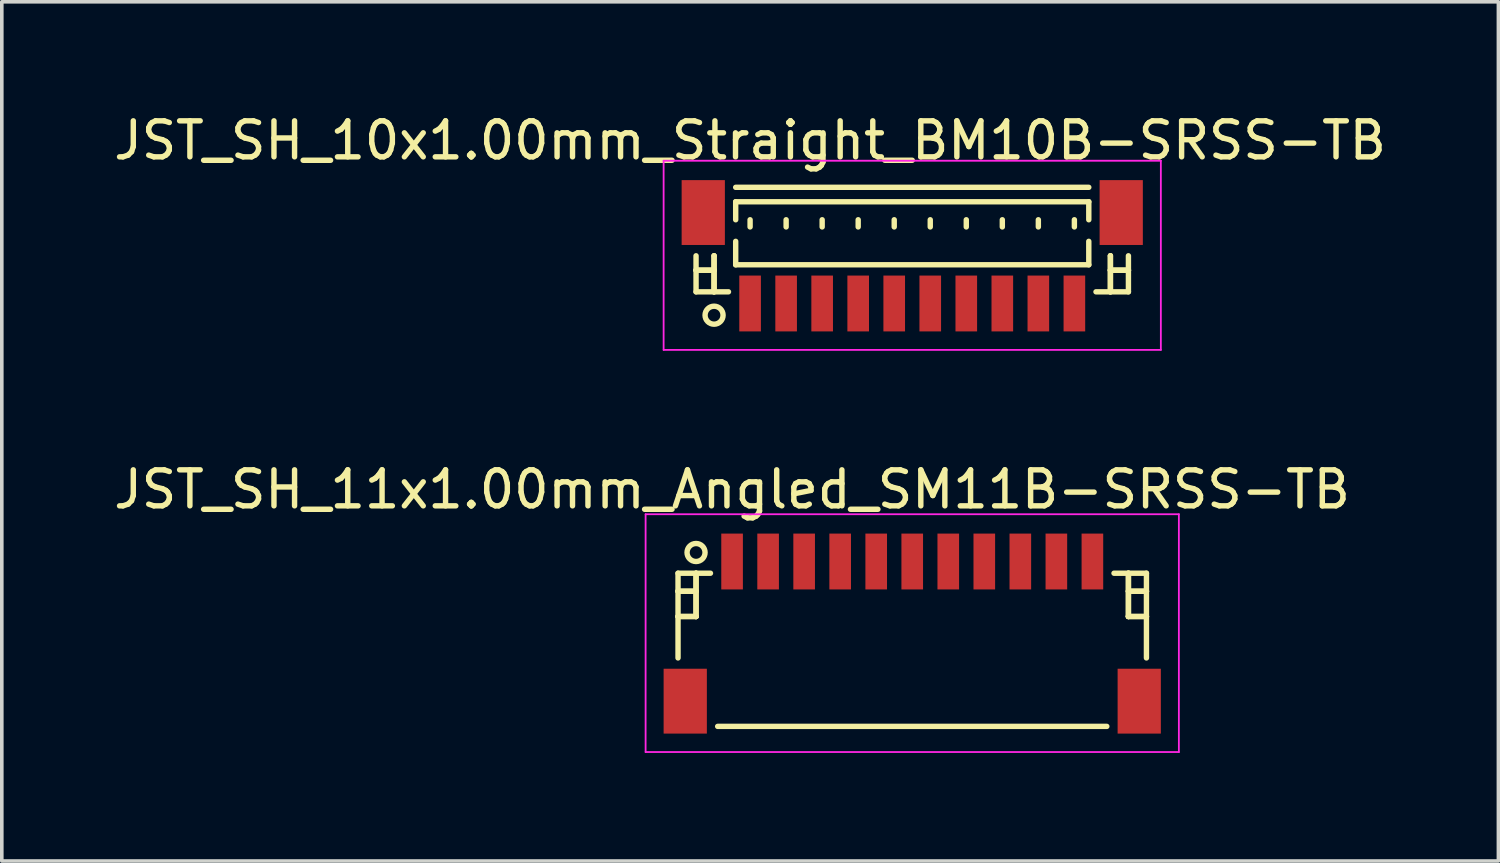
<source format=kicad_pcb>
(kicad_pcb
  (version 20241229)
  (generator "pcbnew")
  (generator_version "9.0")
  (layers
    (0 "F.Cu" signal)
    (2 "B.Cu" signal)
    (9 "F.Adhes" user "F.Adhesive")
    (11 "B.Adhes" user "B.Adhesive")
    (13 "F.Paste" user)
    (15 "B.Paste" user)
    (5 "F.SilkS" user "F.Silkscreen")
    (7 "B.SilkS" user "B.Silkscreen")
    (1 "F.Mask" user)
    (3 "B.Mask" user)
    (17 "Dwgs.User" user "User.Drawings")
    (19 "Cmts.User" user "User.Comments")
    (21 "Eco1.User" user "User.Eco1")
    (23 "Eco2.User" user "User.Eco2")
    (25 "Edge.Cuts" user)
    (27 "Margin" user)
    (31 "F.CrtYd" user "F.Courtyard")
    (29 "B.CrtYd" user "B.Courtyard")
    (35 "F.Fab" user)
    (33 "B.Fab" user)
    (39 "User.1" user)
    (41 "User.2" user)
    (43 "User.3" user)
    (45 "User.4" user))
  (footprint "JST_SH_11x1.00mm_Angled_SM11B-SRSS-TB"
    (layer "F.Cu")
    (at 22.268 14.472)
    (property "Reference" "JST_SH_11x1.00mm_Angled_SM11B-SRSS-TB" (at -5 -3.938 0) (layer "F.SilkS") (effects (font (size 1 1) (thickness 0.15))))
    (attr smd)
    (fp_line (start -6.5 -1.613) (end -5.6 -1.613) (stroke (width 0.15) (type solid)) (layer "F.SilkS"))
    (fp_line (start -6.5 -1.113) (end -6.5 -1.113) (stroke (width 0.15) (type solid)) (layer "F.SilkS"))
    (fp_line (start -6.5 -1.113) (end -6 -1.113) (stroke (width 0.15) (type solid)) (layer "F.SilkS"))
    (fp_line (start -6.5 -0.412) (end -6.5 -0.412) (stroke (width 0.15) (type solid)) (layer "F.SilkS"))
    (fp_line (start -6.5 -0.412) (end -6 -0.412) (stroke (width 0.15) (type solid)) (layer "F.SilkS"))
    (fp_line (start -6.5 0.738) (end -6.5 -1.613) (stroke (width 0.15) (type solid)) (layer "F.SilkS"))
    (fp_line (start -6 -1.613) (end -6 -1.613) (stroke (width 0.15) (type solid)) (layer "F.SilkS"))
    (fp_line (start -6 -1.613) (end -6 -0.412) (stroke (width 0.15) (type solid)) (layer "F.SilkS"))
    (fp_line (start -6 -1.113) (end -6.5 -1.113) (stroke (width 0.15) (type solid)) (layer "F.SilkS"))
    (fp_line (start -6 -1.113) (end -6 -1.113) (stroke (width 0.15) (type solid)) (layer "F.SilkS"))
    (fp_line (start -6 -0.412) (end -6.5 -0.412) (stroke (width 0.15) (type solid)) (layer "F.SilkS"))
    (fp_line (start -6 -0.412) (end -6 -1.613) (stroke (width 0.15) (type solid)) (layer "F.SilkS"))
    (fp_line (start -6 -0.412) (end -6 -0.412) (stroke (width 0.15) (type solid)) (layer "F.SilkS"))
    (fp_line (start -6 -0.412) (end -6 -0.412) (stroke (width 0.15) (type solid)) (layer "F.SilkS"))
    (fp_line (start -5.4 2.638) (end 5.4 2.638) (stroke (width 0.15) (type solid)) (layer "F.SilkS"))
    (fp_line (start 6 -1.613) (end 6 -1.613) (stroke (width 0.15) (type solid)) (layer "F.SilkS"))
    (fp_line (start 6 -1.613) (end 6 -0.412) (stroke (width 0.15) (type solid)) (layer "F.SilkS"))
    (fp_line (start 6 -1.113) (end 6 -1.113) (stroke (width 0.15) (type solid)) (layer "F.SilkS"))
    (fp_line (start 6 -1.113) (end 6.5 -1.113) (stroke (width 0.15) (type solid)) (layer "F.SilkS"))
    (fp_line (start 6 -0.412) (end 6 -1.613) (stroke (width 0.15) (type solid)) (layer "F.SilkS"))
    (fp_line (start 6 -0.412) (end 6 -0.412) (stroke (width 0.15) (type solid)) (layer "F.SilkS"))
    (fp_line (start 6 -0.412) (end 6 -0.412) (stroke (width 0.15) (type solid)) (layer "F.SilkS"))
    (fp_line (start 6 -0.412) (end 6.5 -0.412) (stroke (width 0.15) (type solid)) (layer "F.SilkS"))
    (fp_line (start 6.5 -1.613) (end 5.6 -1.613) (stroke (width 0.15) (type solid)) (layer "F.SilkS"))
    (fp_line (start 6.5 -1.113) (end 6 -1.113) (stroke (width 0.15) (type solid)) (layer "F.SilkS"))
    (fp_line (start 6.5 -1.113) (end 6.5 -1.113) (stroke (width 0.15) (type solid)) (layer "F.SilkS"))
    (fp_line (start 6.5 -0.412) (end 6 -0.412) (stroke (width 0.15) (type solid)) (layer "F.SilkS"))
    (fp_line (start 6.5 -0.412) (end 6.5 -0.412) (stroke (width 0.15) (type solid)) (layer "F.SilkS"))
    (fp_line (start 6.5 0.738) (end 6.5 -1.613) (stroke (width 0.15) (type solid)) (layer "F.SilkS"))
    (fp_circle (center -6 -2.188) (end -5.75 -2.188) (stroke (width 0.15) (type solid)) (fill no) (layer "F.SilkS"))
    (fp_line (start -7.4 -3.25) (end 7.4 -3.25) (stroke (width 0.05) (type solid)) (layer "F.CrtYd"))
    (fp_line (start -7.4 3.35) (end -7.4 -3.25) (stroke (width 0.05) (type solid)) (layer "F.CrtYd"))
    (fp_line (start 7.4 -3.25) (end 7.4 3.35) (stroke (width 0.05) (type solid)) (layer "F.CrtYd"))
    (fp_line (start 7.4 3.35) (end -7.4 3.35) (stroke (width 0.05) (type solid)) (layer "F.CrtYd"))
    (pad "" smd rect (at -6.3 1.938) (size 1.2 1.8) (layers "F.Cu" "F.Mask" "F.Paste"))
    (pad "" smd rect (at 6.3 1.938) (size 1.2 1.8) (layers "F.Cu" "F.Mask" "F.Paste"))
    (pad "1" smd rect (at -5 -1.938) (size 0.6 1.55) (layers "F.Cu" "F.Mask" "F.Paste"))
    (pad "2" smd rect (at -4 -1.938) (size 0.6 1.55) (layers "F.Cu" "F.Mask" "F.Paste"))
    (pad "3" smd rect (at -3 -1.938) (size 0.6 1.55) (layers "F.Cu" "F.Mask" "F.Paste"))
    (pad "4" smd rect (at -2 -1.938) (size 0.6 1.55) (layers "F.Cu" "F.Mask" "F.Paste"))
    (pad "5" smd rect (at -1 -1.938) (size 0.6 1.55) (layers "F.Cu" "F.Mask" "F.Paste"))
    (pad "6" smd rect (at 0 -1.938) (size 0.6 1.55) (layers "F.Cu" "F.Mask" "F.Paste"))
    (pad "7" smd rect (at 1 -1.938) (size 0.6 1.55) (layers "F.Cu" "F.Mask" "F.Paste"))
    (pad "8" smd rect (at 2 -1.938) (size 0.6 1.55) (layers "F.Cu" "F.Mask" "F.Paste"))
    (pad "9" smd rect (at 3 -1.938) (size 0.6 1.55) (layers "F.Cu" "F.Mask" "F.Paste"))
    (pad "10" smd rect (at 4 -1.938) (size 0.6 1.55) (layers "F.Cu" "F.Mask" "F.Paste"))
    (pad "11" smd rect (at 5 -1.938) (size 0.6 1.55) (layers "F.Cu" "F.Mask" "F.Paste")))
  (footprint "JST_SH_10x1.00mm_Straight_BM10B-SRSS-TB"
    (layer "F.Cu")
    (at 22.268 4.111)
    (property "Reference" "JST_SH_10x1.00mm_Straight_BM10B-SRSS-TB" (at -4.5 -3.263 0) (layer "F.SilkS") (effects (font (size 1 1) (thickness 0.15))))
    (attr smd)
    (fp_line (start -6 -0.062) (end -6 0.938) (stroke (width 0.15) (type solid)) (layer "F.SilkS"))
    (fp_line (start -6 0.338) (end -6 0.338) (stroke (width 0.15) (type solid)) (layer "F.SilkS"))
    (fp_line (start -6 0.338) (end -5.5 0.338) (stroke (width 0.15) (type solid)) (layer "F.SilkS"))
    (fp_line (start -6 0.938) (end -5.1 0.938) (stroke (width 0.15) (type solid)) (layer "F.SilkS"))
    (fp_line (start -5.5 -0.062) (end -5.5 -0.062) (stroke (width 0.15) (type solid)) (layer "F.SilkS"))
    (fp_line (start -5.5 -0.062) (end -5.5 0.938) (stroke (width 0.15) (type solid)) (layer "F.SilkS"))
    (fp_line (start -5.5 0.338) (end -6 0.338) (stroke (width 0.15) (type solid)) (layer "F.SilkS"))
    (fp_line (start -5.5 0.338) (end -5.5 0.338) (stroke (width 0.15) (type solid)) (layer "F.SilkS"))
    (fp_line (start -5.5 0.938) (end -5.5 -0.062) (stroke (width 0.15) (type solid)) (layer "F.SilkS"))
    (fp_line (start -5.5 0.938) (end -5.5 0.938) (stroke (width 0.15) (type solid)) (layer "F.SilkS"))
    (fp_line (start -4.9 -1.962) (end 4.9 -1.962) (stroke (width 0.15) (type solid)) (layer "F.SilkS"))
    (fp_line (start -4.9 -1.562) (end 4.9 -1.562) (stroke (width 0.15) (type solid)) (layer "F.SilkS"))
    (fp_line (start -4.9 -1.062) (end -4.9 -1.562) (stroke (width 0.15) (type solid)) (layer "F.SilkS"))
    (fp_line (start -4.9 -0.463) (end -4.9 0.188) (stroke (width 0.15) (type solid)) (layer "F.SilkS"))
    (fp_line (start -4.9 0.188) (end 4.9 0.188) (stroke (width 0.15) (type solid)) (layer "F.SilkS"))
    (fp_line (start -4.5 -1.062) (end -4.5 -0.863) (stroke (width 0.15) (type solid)) (layer "F.SilkS"))
    (fp_line (start -3.5 -1.062) (end -3.5 -0.863) (stroke (width 0.15) (type solid)) (layer "F.SilkS"))
    (fp_line (start -2.5 -1.062) (end -2.5 -0.863) (stroke (width 0.15) (type solid)) (layer "F.SilkS"))
    (fp_line (start -1.5 -1.062) (end -1.5 -0.863) (stroke (width 0.15) (type solid)) (layer "F.SilkS"))
    (fp_line (start -0.5 -1.062) (end -0.5 -0.863) (stroke (width 0.15) (type solid)) (layer "F.SilkS"))
    (fp_line (start 0.5 -1.062) (end 0.5 -0.863) (stroke (width 0.15) (type solid)) (layer "F.SilkS"))
    (fp_line (start 1.5 -1.062) (end 1.5 -0.863) (stroke (width 0.15) (type solid)) (layer "F.SilkS"))
    (fp_line (start 2.5 -1.062) (end 2.5 -0.863) (stroke (width 0.15) (type solid)) (layer "F.SilkS"))
    (fp_line (start 3.5 -1.062) (end 3.5 -0.863) (stroke (width 0.15) (type solid)) (layer "F.SilkS"))
    (fp_line (start 4.5 -1.062) (end 4.5 -0.863) (stroke (width 0.15) (type solid)) (layer "F.SilkS"))
    (fp_line (start 4.9 -1.562) (end 4.9 -1.062) (stroke (width 0.15) (type solid)) (layer "F.SilkS"))
    (fp_line (start 4.9 0.188) (end 4.9 -0.463) (stroke (width 0.15) (type solid)) (layer "F.SilkS"))
    (fp_line (start 5.5 -0.062) (end 5.5 -0.062) (stroke (width 0.15) (type solid)) (layer "F.SilkS"))
    (fp_line (start 5.5 -0.062) (end 5.5 0.938) (stroke (width 0.15) (type solid)) (layer "F.SilkS"))
    (fp_line (start 5.5 0.338) (end 5.5 0.338) (stroke (width 0.15) (type solid)) (layer "F.SilkS"))
    (fp_line (start 5.5 0.338) (end 6 0.338) (stroke (width 0.15) (type solid)) (layer "F.SilkS"))
    (fp_line (start 5.5 0.938) (end 5.5 -0.062) (stroke (width 0.15) (type solid)) (layer "F.SilkS"))
    (fp_line (start 5.5 0.938) (end 5.5 0.938) (stroke (width 0.15) (type solid)) (layer "F.SilkS"))
    (fp_line (start 6 -0.062) (end 6 0.938) (stroke (width 0.15) (type solid)) (layer "F.SilkS"))
    (fp_line (start 6 0.338) (end 5.5 0.338) (stroke (width 0.15) (type solid)) (layer "F.SilkS"))
    (fp_line (start 6 0.338) (end 6 0.338) (stroke (width 0.15) (type solid)) (layer "F.SilkS"))
    (fp_line (start 6 0.938) (end 5.1 0.938) (stroke (width 0.15) (type solid)) (layer "F.SilkS"))
    (fp_circle (center -5.5 1.587) (end -5.25 1.587) (stroke (width 0.15) (type solid)) (fill no) (layer "F.SilkS"))
    (fp_line (start -6.9 -2.7) (end 6.9 -2.7) (stroke (width 0.05) (type solid)) (layer "F.CrtYd"))
    (fp_line (start -6.9 2.55) (end -6.9 -2.7) (stroke (width 0.05) (type solid)) (layer "F.CrtYd"))
    (fp_line (start 6.9 -2.7) (end 6.9 2.55) (stroke (width 0.05) (type solid)) (layer "F.CrtYd"))
    (fp_line (start 6.9 2.55) (end -6.9 2.55) (stroke (width 0.05) (type solid)) (layer "F.CrtYd"))
    (pad "" smd rect (at -5.8 -1.262) (size 1.2 1.8) (layers "F.Cu" "F.Mask" "F.Paste"))
    (pad "" smd rect (at 5.8 -1.262) (size 1.2 1.8) (layers "F.Cu" "F.Mask" "F.Paste"))
    (pad "1" smd rect (at -4.5 1.262) (size 0.6 1.55) (layers "F.Cu" "F.Mask" "F.Paste"))
    (pad "2" smd rect (at -3.5 1.262) (size 0.6 1.55) (layers "F.Cu" "F.Mask" "F.Paste"))
    (pad "3" smd rect (at -2.5 1.262) (size 0.6 1.55) (layers "F.Cu" "F.Mask" "F.Paste"))
    (pad "4" smd rect (at -1.5 1.262) (size 0.6 1.55) (layers "F.Cu" "F.Mask" "F.Paste"))
    (pad "5" smd rect (at -0.5 1.262) (size 0.6 1.55) (layers "F.Cu" "F.Mask" "F.Paste"))
    (pad "6" smd rect (at 0.5 1.262) (size 0.6 1.55) (layers "F.Cu" "F.Mask" "F.Paste"))
    (pad "7" smd rect (at 1.5 1.262) (size 0.6 1.55) (layers "F.Cu" "F.Mask" "F.Paste"))
    (pad "8" smd rect (at 2.5 1.262) (size 0.6 1.55) (layers "F.Cu" "F.Mask" "F.Paste"))
    (pad "9" smd rect (at 3.5 1.262) (size 0.6 1.55) (layers "F.Cu" "F.Mask" "F.Paste"))
    (pad "10" smd rect (at 4.5 1.262) (size 0.6 1.55) (layers "F.Cu" "F.Mask" "F.Paste")))
  (gr_rect
    (start -3 -3)
    (end 38.536 20.846)
    (stroke (width 0.1) (type default))
    (fill no)
    (layer "Edge.Cuts")))
</source>
